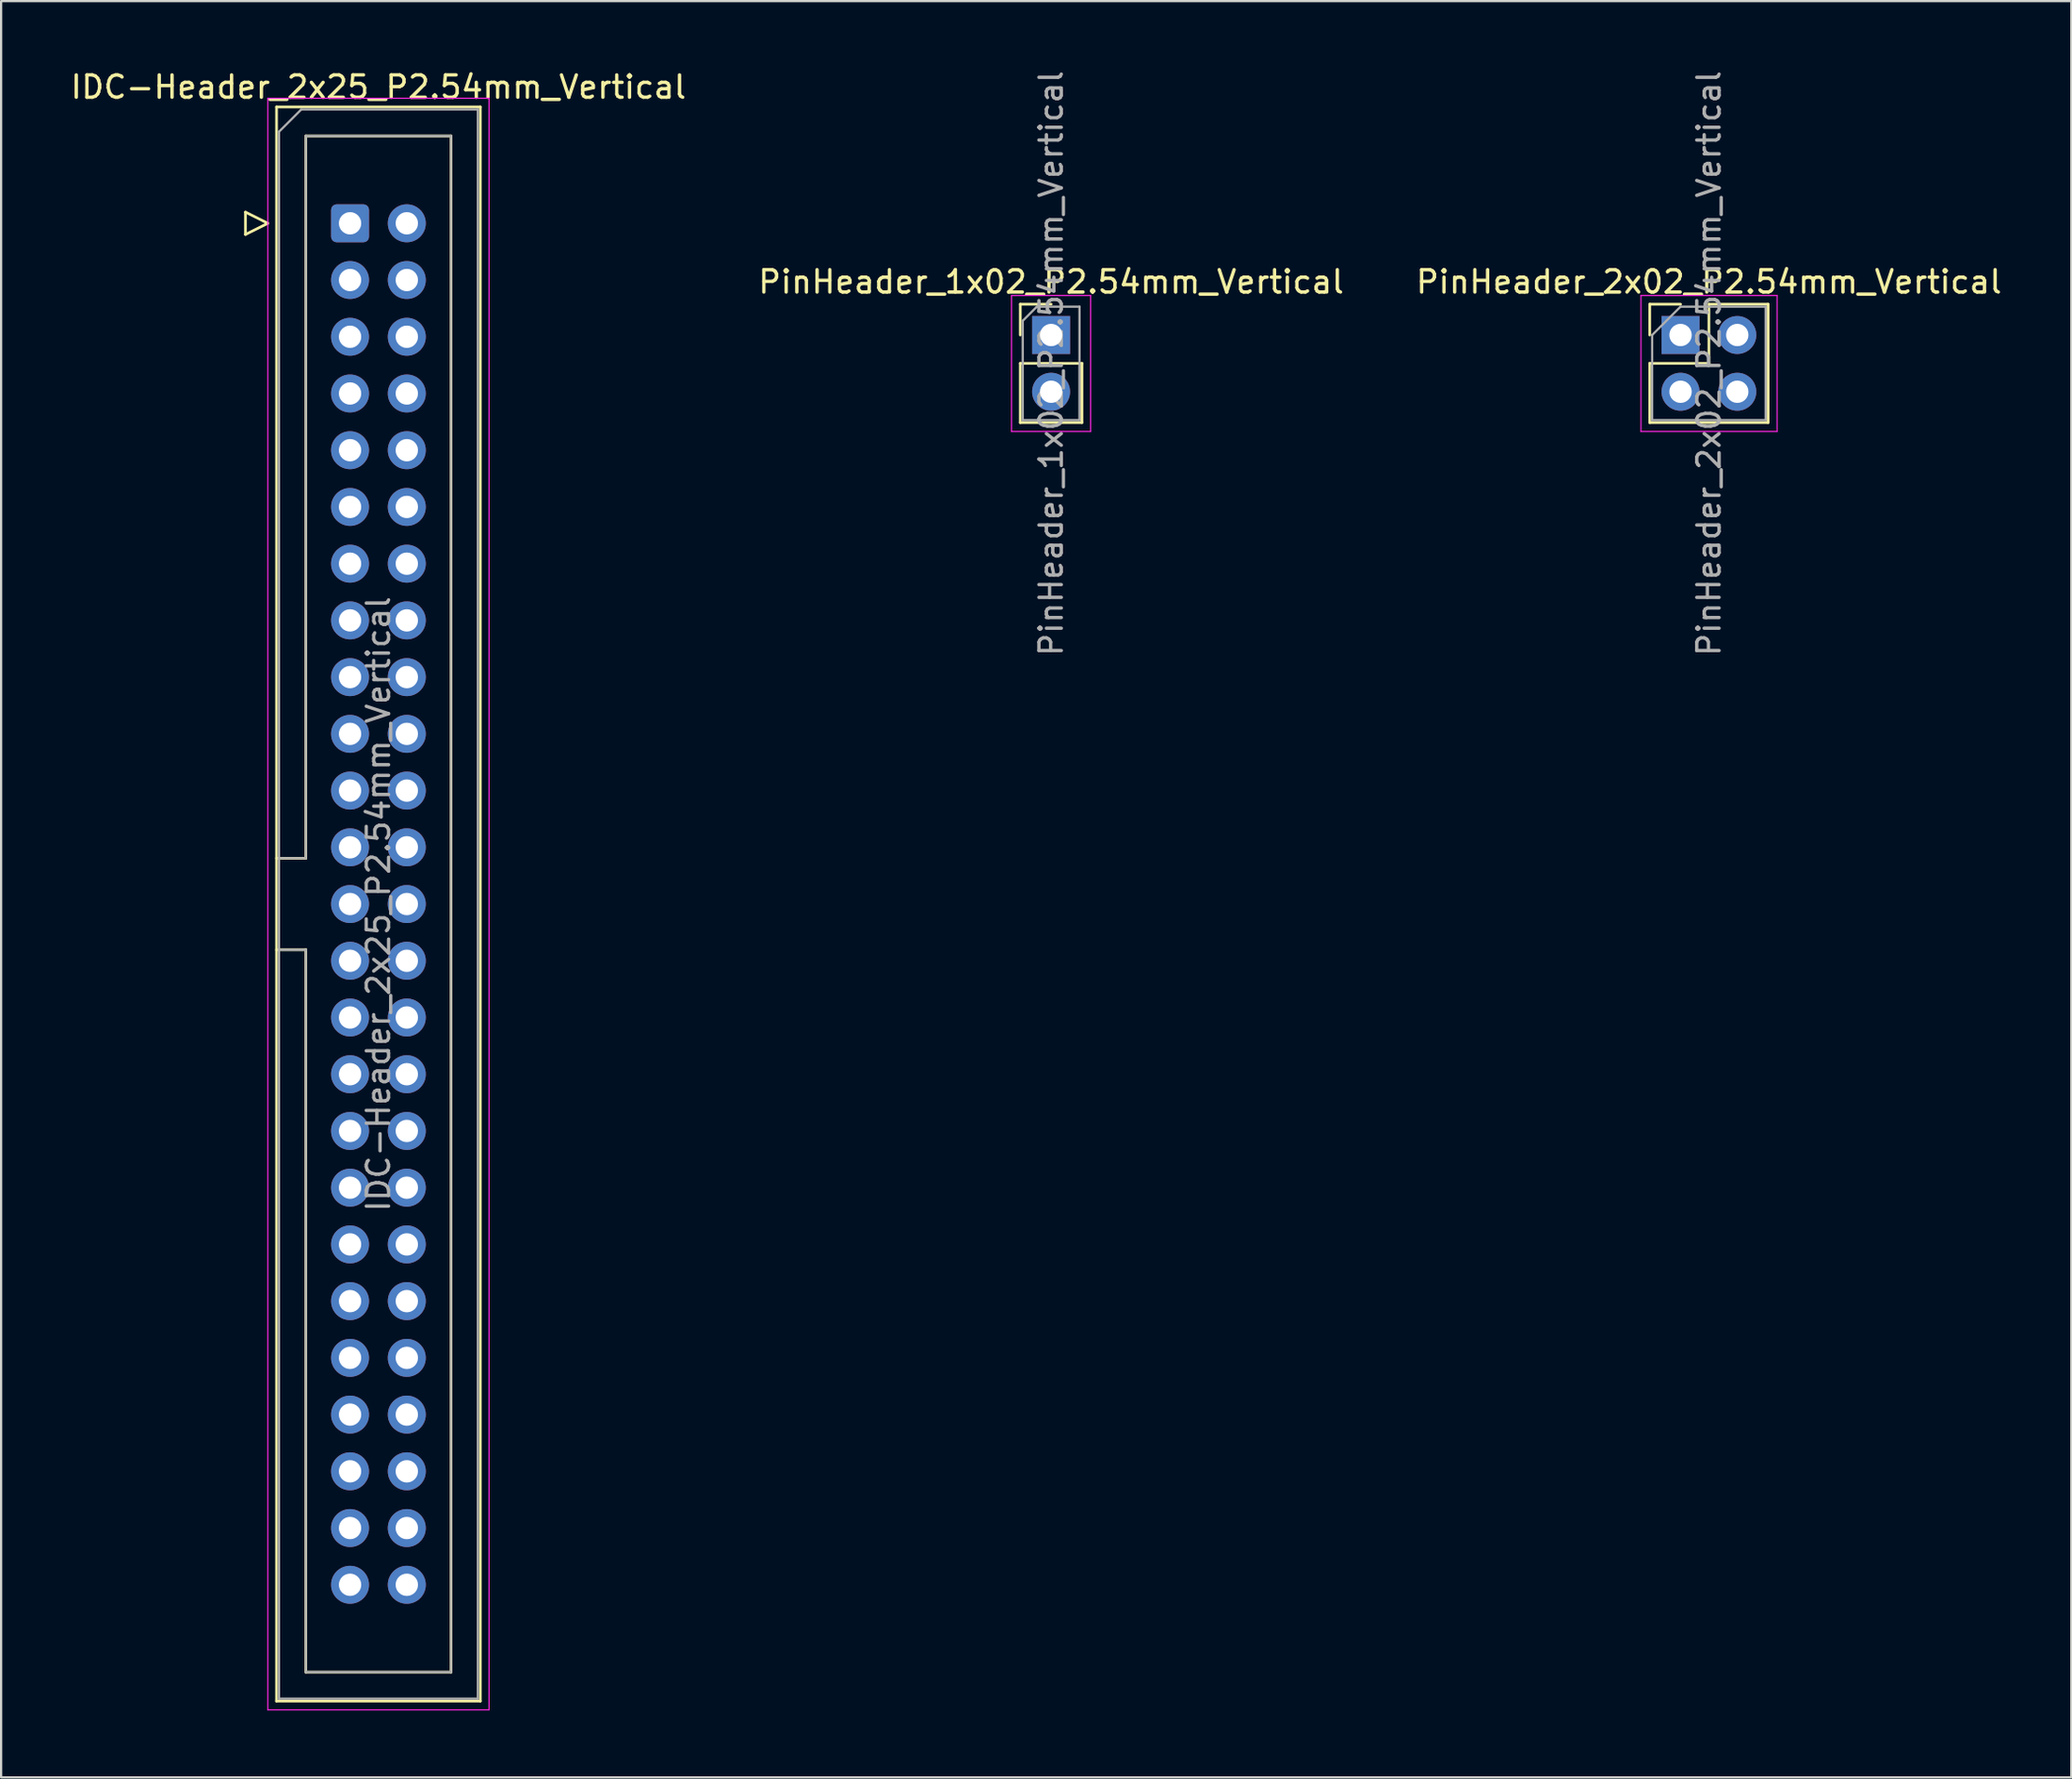
<source format=kicad_pcb>
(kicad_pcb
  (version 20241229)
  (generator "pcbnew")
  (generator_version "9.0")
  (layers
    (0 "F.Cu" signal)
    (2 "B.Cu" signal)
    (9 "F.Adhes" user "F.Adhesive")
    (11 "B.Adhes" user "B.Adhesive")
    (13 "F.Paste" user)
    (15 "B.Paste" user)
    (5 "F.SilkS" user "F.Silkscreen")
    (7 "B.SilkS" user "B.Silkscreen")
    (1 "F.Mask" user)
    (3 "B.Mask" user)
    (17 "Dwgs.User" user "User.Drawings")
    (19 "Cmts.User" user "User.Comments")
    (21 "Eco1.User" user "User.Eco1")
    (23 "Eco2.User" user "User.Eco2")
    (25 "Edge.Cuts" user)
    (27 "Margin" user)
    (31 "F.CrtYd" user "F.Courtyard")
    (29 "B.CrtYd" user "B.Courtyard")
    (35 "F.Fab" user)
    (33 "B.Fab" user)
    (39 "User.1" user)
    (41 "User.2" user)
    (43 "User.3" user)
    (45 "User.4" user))
  (footprint "IDC-Header_2x25_P2.54mm_Vertical"
    (layer "F.Cu")
    (at 12.617 6.948)
    (property "Reference" "IDC-Header_2x25_P2.54mm_Vertical" (at 1.27 -6.1 0) (layer "F.SilkS") (effects (font (size 1 1) (thickness 0.15))))
    (attr through_hole)
    (fp_line (start -4.68 -0.5) (end -4.68 0.5) (stroke (width 0.12) (type solid)) (layer "F.SilkS"))
    (fp_line (start -4.68 0.5) (end -3.68 0) (stroke (width 0.12) (type solid)) (layer "F.SilkS"))
    (fp_line (start -3.68 0) (end -4.68 -0.5) (stroke (width 0.12) (type solid)) (layer "F.SilkS"))
    (fp_line (start -3.29 -5.21) (end 5.83 -5.21) (stroke (width 0.12) (type solid)) (layer "F.SilkS"))
    (fp_line (start -3.29 28.43) (end -1.98 28.43) (stroke (width 0.12) (type solid)) (layer "F.SilkS"))
    (fp_line (start -3.29 66.17) (end -3.29 -5.21) (stroke (width 0.12) (type solid)) (layer "F.SilkS"))
    (fp_line (start -1.98 -3.91) (end 4.52 -3.91) (stroke (width 0.12) (type solid)) (layer "F.SilkS"))
    (fp_line (start -1.98 28.43) (end -1.98 -3.91) (stroke (width 0.12) (type solid)) (layer "F.SilkS"))
    (fp_line (start -1.98 32.53) (end -3.29 32.53) (stroke (width 0.12) (type solid)) (layer "F.SilkS"))
    (fp_line (start -1.98 32.53) (end -1.98 32.53) (stroke (width 0.12) (type solid)) (layer "F.SilkS"))
    (fp_line (start -1.98 64.87) (end -1.98 32.53) (stroke (width 0.12) (type solid)) (layer "F.SilkS"))
    (fp_line (start 4.52 -3.91) (end 4.52 64.87) (stroke (width 0.12) (type solid)) (layer "F.SilkS"))
    (fp_line (start 4.52 64.87) (end -1.98 64.87) (stroke (width 0.12) (type solid)) (layer "F.SilkS"))
    (fp_line (start 5.83 -5.21) (end 5.83 66.17) (stroke (width 0.12) (type solid)) (layer "F.SilkS"))
    (fp_line (start 5.83 66.17) (end -3.29 66.17) (stroke (width 0.12) (type solid)) (layer "F.SilkS"))
    (fp_line (start -3.68 -5.6) (end -3.68 66.56) (stroke (width 0.05) (type solid)) (layer "F.CrtYd"))
    (fp_line (start -3.68 66.56) (end 6.22 66.56) (stroke (width 0.05) (type solid)) (layer "F.CrtYd"))
    (fp_line (start 6.22 -5.6) (end -3.68 -5.6) (stroke (width 0.05) (type solid)) (layer "F.CrtYd"))
    (fp_line (start 6.22 66.56) (end 6.22 -5.6) (stroke (width 0.05) (type solid)) (layer "F.CrtYd"))
    (fp_line (start -3.18 -4.1) (end -2.18 -5.1) (stroke (width 0.1) (type solid)) (layer "F.Fab"))
    (fp_line (start -3.18 28.43) (end -1.98 28.43) (stroke (width 0.1) (type solid)) (layer "F.Fab"))
    (fp_line (start -3.18 66.06) (end -3.18 -4.1) (stroke (width 0.1) (type solid)) (layer "F.Fab"))
    (fp_line (start -2.18 -5.1) (end 5.72 -5.1) (stroke (width 0.1) (type solid)) (layer "F.Fab"))
    (fp_line (start -1.98 -3.91) (end 4.52 -3.91) (stroke (width 0.1) (type solid)) (layer "F.Fab"))
    (fp_line (start -1.98 28.43) (end -1.98 -3.91) (stroke (width 0.1) (type solid)) (layer "F.Fab"))
    (fp_line (start -1.98 32.53) (end -3.18 32.53) (stroke (width 0.1) (type solid)) (layer "F.Fab"))
    (fp_line (start -1.98 32.53) (end -1.98 32.53) (stroke (width 0.1) (type solid)) (layer "F.Fab"))
    (fp_line (start -1.98 64.87) (end -1.98 32.53) (stroke (width 0.1) (type solid)) (layer "F.Fab"))
    (fp_line (start 4.52 -3.91) (end 4.52 64.87) (stroke (width 0.1) (type solid)) (layer "F.Fab"))
    (fp_line (start 4.52 64.87) (end -1.98 64.87) (stroke (width 0.1) (type solid)) (layer "F.Fab"))
    (fp_line (start 5.72 -5.1) (end 5.72 66.06) (stroke (width 0.1) (type solid)) (layer "F.Fab"))
    (fp_line (start 5.72 66.06) (end -3.18 66.06) (stroke (width 0.1) (type solid)) (layer "F.Fab"))
    (fp_text user "${REFERENCE}" (at 1.27 30.48 90) (layer "F.Fab") (effects (font (size 1 1) (thickness 0.15))))
    (pad "1" thru_hole roundrect (at 0 0) (size 1.7 1.7) (drill 1) (layers "*.Cu" "*.Mask") (roundrect_rratio 0.147))
    (pad "2" thru_hole circle (at 2.54 0) (size 1.7 1.7) (drill 1) (layers "*.Cu" "*.Mask"))
    (pad "3" thru_hole circle (at 0 2.54) (size 1.7 1.7) (drill 1) (layers "*.Cu" "*.Mask"))
    (pad "4" thru_hole circle (at 2.54 2.54) (size 1.7 1.7) (drill 1) (layers "*.Cu" "*.Mask"))
    (pad "5" thru_hole circle (at 0 5.08) (size 1.7 1.7) (drill 1) (layers "*.Cu" "*.Mask"))
    (pad "6" thru_hole circle (at 2.54 5.08) (size 1.7 1.7) (drill 1) (layers "*.Cu" "*.Mask"))
    (pad "7" thru_hole circle (at 0 7.62) (size 1.7 1.7) (drill 1) (layers "*.Cu" "*.Mask"))
    (pad "8" thru_hole circle (at 2.54 7.62) (size 1.7 1.7) (drill 1) (layers "*.Cu" "*.Mask"))
    (pad "9" thru_hole circle (at 0 10.16) (size 1.7 1.7) (drill 1) (layers "*.Cu" "*.Mask"))
    (pad "10" thru_hole circle (at 2.54 10.16) (size 1.7 1.7) (drill 1) (layers "*.Cu" "*.Mask"))
    (pad "11" thru_hole circle (at 0 12.7) (size 1.7 1.7) (drill 1) (layers "*.Cu" "*.Mask"))
    (pad "12" thru_hole circle (at 2.54 12.7) (size 1.7 1.7) (drill 1) (layers "*.Cu" "*.Mask"))
    (pad "13" thru_hole circle (at 0 15.24) (size 1.7 1.7) (drill 1) (layers "*.Cu" "*.Mask"))
    (pad "14" thru_hole circle (at 2.54 15.24) (size 1.7 1.7) (drill 1) (layers "*.Cu" "*.Mask"))
    (pad "15" thru_hole circle (at 0 17.78) (size 1.7 1.7) (drill 1) (layers "*.Cu" "*.Mask"))
    (pad "16" thru_hole circle (at 2.54 17.78) (size 1.7 1.7) (drill 1) (layers "*.Cu" "*.Mask"))
    (pad "17" thru_hole circle (at 0 20.32) (size 1.7 1.7) (drill 1) (layers "*.Cu" "*.Mask"))
    (pad "18" thru_hole circle (at 2.54 20.32) (size 1.7 1.7) (drill 1) (layers "*.Cu" "*.Mask"))
    (pad "19" thru_hole circle (at 0 22.86) (size 1.7 1.7) (drill 1) (layers "*.Cu" "*.Mask"))
    (pad "20" thru_hole circle (at 2.54 22.86) (size 1.7 1.7) (drill 1) (layers "*.Cu" "*.Mask"))
    (pad "21" thru_hole circle (at 0 25.4) (size 1.7 1.7) (drill 1) (layers "*.Cu" "*.Mask"))
    (pad "22" thru_hole circle (at 2.54 25.4) (size 1.7 1.7) (drill 1) (layers "*.Cu" "*.Mask"))
    (pad "23" thru_hole circle (at 0 27.94) (size 1.7 1.7) (drill 1) (layers "*.Cu" "*.Mask"))
    (pad "24" thru_hole circle (at 2.54 27.94) (size 1.7 1.7) (drill 1) (layers "*.Cu" "*.Mask"))
    (pad "25" thru_hole circle (at 0 30.48) (size 1.7 1.7) (drill 1) (layers "*.Cu" "*.Mask"))
    (pad "26" thru_hole circle (at 2.54 30.48) (size 1.7 1.7) (drill 1) (layers "*.Cu" "*.Mask"))
    (pad "27" thru_hole circle (at 0 33.02) (size 1.7 1.7) (drill 1) (layers "*.Cu" "*.Mask"))
    (pad "28" thru_hole circle (at 2.54 33.02) (size 1.7 1.7) (drill 1) (layers "*.Cu" "*.Mask"))
    (pad "29" thru_hole circle (at 0 35.56) (size 1.7 1.7) (drill 1) (layers "*.Cu" "*.Mask"))
    (pad "30" thru_hole circle (at 2.54 35.56) (size 1.7 1.7) (drill 1) (layers "*.Cu" "*.Mask"))
    (pad "31" thru_hole circle (at 0 38.1) (size 1.7 1.7) (drill 1) (layers "*.Cu" "*.Mask"))
    (pad "32" thru_hole circle (at 2.54 38.1) (size 1.7 1.7) (drill 1) (layers "*.Cu" "*.Mask"))
    (pad "33" thru_hole circle (at 0 40.64) (size 1.7 1.7) (drill 1) (layers "*.Cu" "*.Mask"))
    (pad "34" thru_hole circle (at 2.54 40.64) (size 1.7 1.7) (drill 1) (layers "*.Cu" "*.Mask"))
    (pad "35" thru_hole circle (at 0 43.18) (size 1.7 1.7) (drill 1) (layers "*.Cu" "*.Mask"))
    (pad "36" thru_hole circle (at 2.54 43.18) (size 1.7 1.7) (drill 1) (layers "*.Cu" "*.Mask"))
    (pad "37" thru_hole circle (at 0 45.72) (size 1.7 1.7) (drill 1) (layers "*.Cu" "*.Mask"))
    (pad "38" thru_hole circle (at 2.54 45.72) (size 1.7 1.7) (drill 1) (layers "*.Cu" "*.Mask"))
    (pad "39" thru_hole circle (at 0 48.26) (size 1.7 1.7) (drill 1) (layers "*.Cu" "*.Mask"))
    (pad "40" thru_hole circle (at 2.54 48.26) (size 1.7 1.7) (drill 1) (layers "*.Cu" "*.Mask"))
    (pad "41" thru_hole circle (at 0 50.8) (size 1.7 1.7) (drill 1) (layers "*.Cu" "*.Mask"))
    (pad "42" thru_hole circle (at 2.54 50.8) (size 1.7 1.7) (drill 1) (layers "*.Cu" "*.Mask"))
    (pad "43" thru_hole circle (at 0 53.34) (size 1.7 1.7) (drill 1) (layers "*.Cu" "*.Mask"))
    (pad "44" thru_hole circle (at 2.54 53.34) (size 1.7 1.7) (drill 1) (layers "*.Cu" "*.Mask"))
    (pad "45" thru_hole circle (at 0 55.88) (size 1.7 1.7) (drill 1) (layers "*.Cu" "*.Mask"))
    (pad "46" thru_hole circle (at 2.54 55.88) (size 1.7 1.7) (drill 1) (layers "*.Cu" "*.Mask"))
    (pad "47" thru_hole circle (at 0 58.42) (size 1.7 1.7) (drill 1) (layers "*.Cu" "*.Mask"))
    (pad "48" thru_hole circle (at 2.54 58.42) (size 1.7 1.7) (drill 1) (layers "*.Cu" "*.Mask"))
    (pad "49" thru_hole circle (at 0 60.96) (size 1.7 1.7) (drill 1) (layers "*.Cu" "*.Mask"))
    (pad "50" thru_hole circle (at 2.54 60.96) (size 1.7 1.7) (drill 1) (layers "*.Cu" "*.Mask")))
  (footprint "PinHeader_2x02_P2.54mm_Vertical"
    (layer "F.Cu")
    (at 72.165 11.95)
    (property "Reference" "PinHeader_2x02_P2.54mm_Vertical" (at 1.27 -2.38 0) (layer "F.SilkS") (effects (font (size 1 1) (thickness 0.15))))
    (attr through_hole)
    (fp_line (start -1.38 -1.38) (end 0 -1.38) (stroke (width 0.12) (type solid)) (layer "F.SilkS"))
    (fp_line (start -1.38 0) (end -1.38 -1.38) (stroke (width 0.12) (type solid)) (layer "F.SilkS"))
    (fp_line (start -1.38 1.27) (end -1.38 3.92) (stroke (width 0.12) (type solid)) (layer "F.SilkS"))
    (fp_line (start -1.38 1.27) (end 1.27 1.27) (stroke (width 0.12) (type solid)) (layer "F.SilkS"))
    (fp_line (start -1.38 3.92) (end 3.92 3.92) (stroke (width 0.12) (type solid)) (layer "F.SilkS"))
    (fp_line (start 1.27 -1.38) (end 3.92 -1.38) (stroke (width 0.12) (type solid)) (layer "F.SilkS"))
    (fp_line (start 1.27 1.27) (end 1.27 -1.38) (stroke (width 0.12) (type solid)) (layer "F.SilkS"))
    (fp_line (start 3.92 -1.38) (end 3.92 3.92) (stroke (width 0.12) (type solid)) (layer "F.SilkS"))
    (fp_line (start -1.77 -1.77) (end -1.77 4.32) (stroke (width 0.05) (type solid)) (layer "F.CrtYd"))
    (fp_line (start -1.77 4.32) (end 4.32 4.32) (stroke (width 0.05) (type solid)) (layer "F.CrtYd"))
    (fp_line (start 4.32 -1.77) (end -1.77 -1.77) (stroke (width 0.05) (type solid)) (layer "F.CrtYd"))
    (fp_line (start 4.32 4.32) (end 4.32 -1.77) (stroke (width 0.05) (type solid)) (layer "F.CrtYd"))
    (fp_line (start -1.27 0) (end 0 -1.27) (stroke (width 0.1) (type solid)) (layer "F.Fab"))
    (fp_line (start -1.27 3.81) (end -1.27 0) (stroke (width 0.1) (type solid)) (layer "F.Fab"))
    (fp_line (start 0 -1.27) (end 3.81 -1.27) (stroke (width 0.1) (type solid)) (layer "F.Fab"))
    (fp_line (start 3.81 -1.27) (end 3.81 3.81) (stroke (width 0.1) (type solid)) (layer "F.Fab"))
    (fp_line (start 3.81 3.81) (end -1.27 3.81) (stroke (width 0.1) (type solid)) (layer "F.Fab"))
    (fp_text user "${REFERENCE}" (at 1.27 1.27 90) (layer "F.Fab") (effects (font (size 1 1) (thickness 0.15))))
    (pad "1" thru_hole rect (at 0 0) (size 1.7 1.7) (drill 1) (layers "*.Cu" "*.Mask"))
    (pad "2" thru_hole circle (at 2.54 0) (size 1.7 1.7) (drill 1) (layers "*.Cu" "*.Mask"))
    (pad "3" thru_hole circle (at 0 2.54) (size 1.7 1.7) (drill 1) (layers "*.Cu" "*.Mask"))
    (pad "4" thru_hole circle (at 2.54 2.54) (size 1.7 1.7) (drill 1) (layers "*.Cu" "*.Mask")))
  (footprint "PinHeader_1x02_P2.54mm_Vertical"
    (layer "F.Cu")
    (at 43.994 11.95)
    (property "Reference" "PinHeader_1x02_P2.54mm_Vertical" (at 0 -2.38 0) (layer "F.SilkS") (effects (font (size 1 1) (thickness 0.15))))
    (attr through_hole)
    (fp_line (start -1.38 -1.38) (end 0 -1.38) (stroke (width 0.12) (type solid)) (layer "F.SilkS"))
    (fp_line (start -1.38 0) (end -1.38 -1.38) (stroke (width 0.12) (type solid)) (layer "F.SilkS"))
    (fp_line (start -1.38 1.27) (end -1.38 3.92) (stroke (width 0.12) (type solid)) (layer "F.SilkS"))
    (fp_line (start -1.38 1.27) (end 1.38 1.27) (stroke (width 0.12) (type solid)) (layer "F.SilkS"))
    (fp_line (start -1.38 3.92) (end 1.38 3.92) (stroke (width 0.12) (type solid)) (layer "F.SilkS"))
    (fp_line (start 1.38 1.27) (end 1.38 3.92) (stroke (width 0.12) (type solid)) (layer "F.SilkS"))
    (fp_line (start -1.77 -1.77) (end -1.77 4.32) (stroke (width 0.05) (type solid)) (layer "F.CrtYd"))
    (fp_line (start -1.77 4.32) (end 1.77 4.32) (stroke (width 0.05) (type solid)) (layer "F.CrtYd"))
    (fp_line (start 1.77 -1.77) (end -1.77 -1.77) (stroke (width 0.05) (type solid)) (layer "F.CrtYd"))
    (fp_line (start 1.77 4.32) (end 1.77 -1.77) (stroke (width 0.05) (type solid)) (layer "F.CrtYd"))
    (fp_line (start -1.27 -0.635) (end -0.635 -1.27) (stroke (width 0.1) (type solid)) (layer "F.Fab"))
    (fp_line (start -1.27 3.81) (end -1.27 -0.635) (stroke (width 0.1) (type solid)) (layer "F.Fab"))
    (fp_line (start -0.635 -1.27) (end 1.27 -1.27) (stroke (width 0.1) (type solid)) (layer "F.Fab"))
    (fp_line (start 1.27 -1.27) (end 1.27 3.81) (stroke (width 0.1) (type solid)) (layer "F.Fab"))
    (fp_line (start 1.27 3.81) (end -1.27 3.81) (stroke (width 0.1) (type solid)) (layer "F.Fab"))
    (fp_text user "${REFERENCE}" (at 0 1.27 90) (layer "F.Fab") (effects (font (size 1 1) (thickness 0.15))))
    (pad "1" thru_hole rect (at 0 0) (size 1.7 1.7) (drill 1) (layers "*.Cu" "*.Mask"))
    (pad "2" thru_hole circle (at 0 2.54) (size 1.7 1.7) (drill 1) (layers "*.Cu" "*.Mask")))
  (gr_rect
    (start -3 -3)
    (end 89.655 76.533)
    (stroke (width 0.1) (type default))
    (fill no)
    (layer "Edge.Cuts")))
</source>
